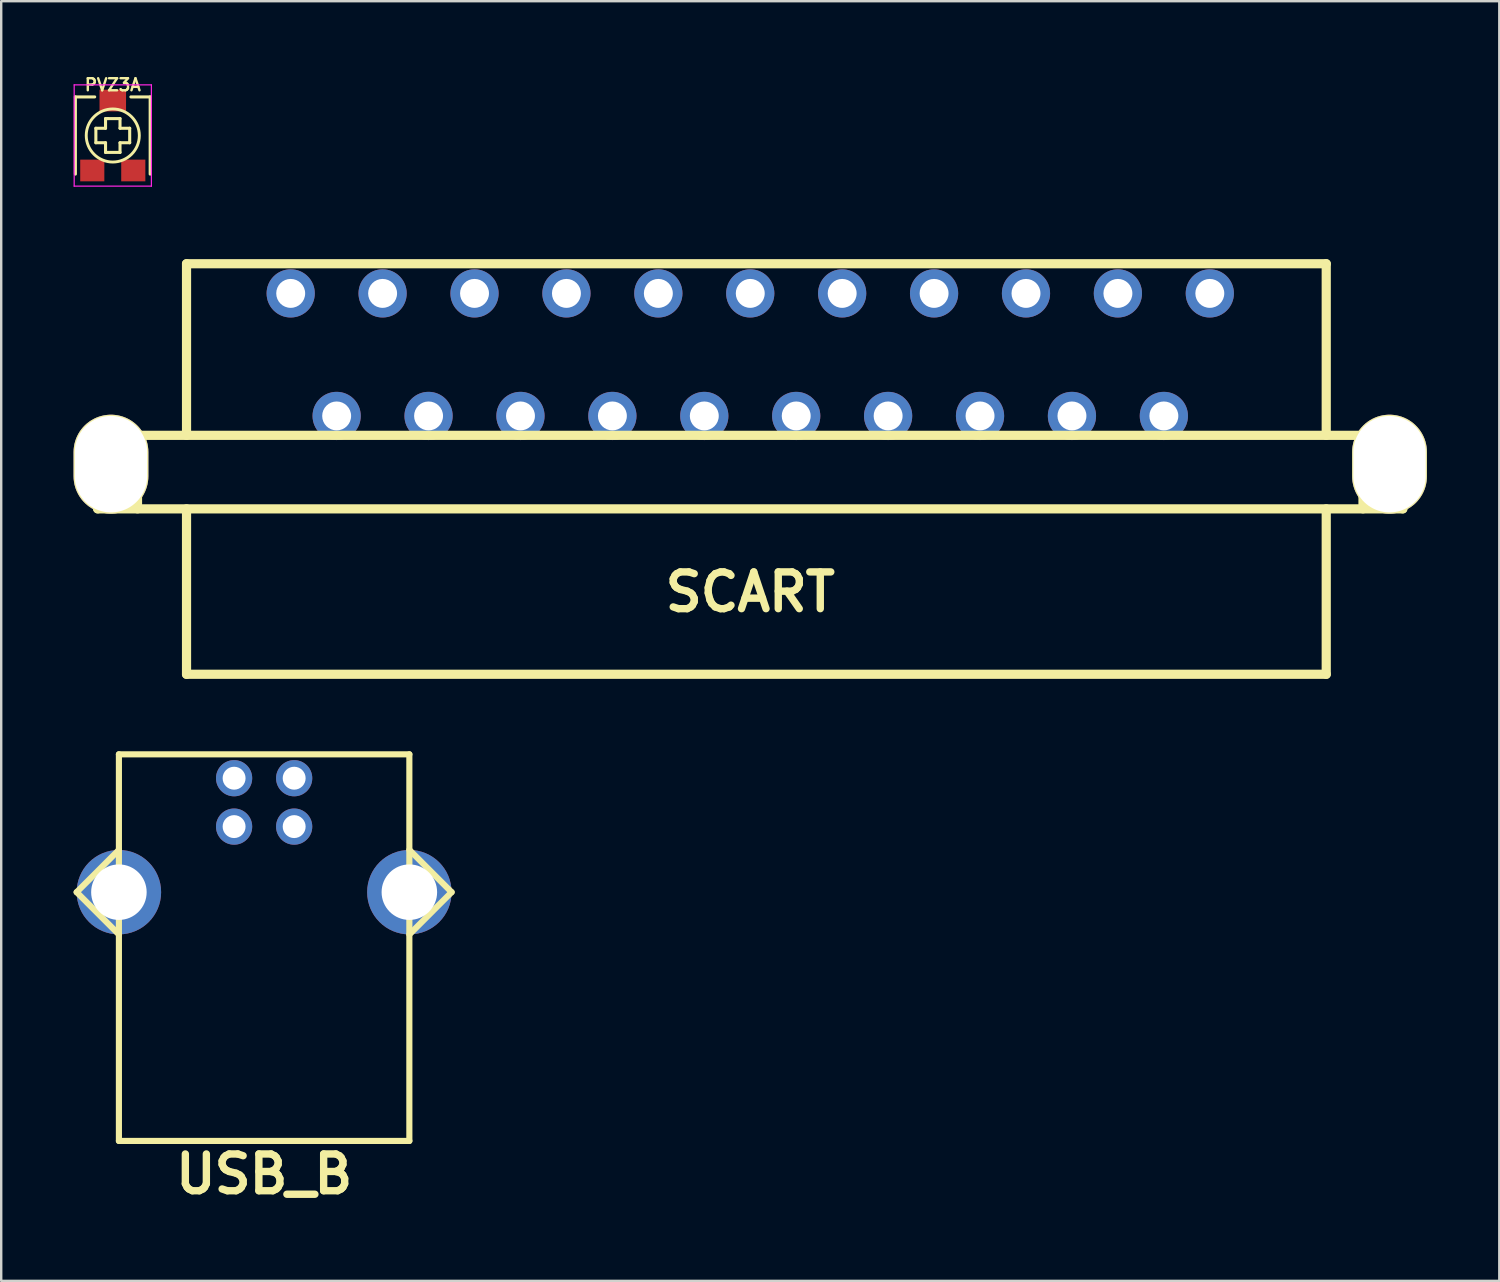
<source format=kicad_pcb>
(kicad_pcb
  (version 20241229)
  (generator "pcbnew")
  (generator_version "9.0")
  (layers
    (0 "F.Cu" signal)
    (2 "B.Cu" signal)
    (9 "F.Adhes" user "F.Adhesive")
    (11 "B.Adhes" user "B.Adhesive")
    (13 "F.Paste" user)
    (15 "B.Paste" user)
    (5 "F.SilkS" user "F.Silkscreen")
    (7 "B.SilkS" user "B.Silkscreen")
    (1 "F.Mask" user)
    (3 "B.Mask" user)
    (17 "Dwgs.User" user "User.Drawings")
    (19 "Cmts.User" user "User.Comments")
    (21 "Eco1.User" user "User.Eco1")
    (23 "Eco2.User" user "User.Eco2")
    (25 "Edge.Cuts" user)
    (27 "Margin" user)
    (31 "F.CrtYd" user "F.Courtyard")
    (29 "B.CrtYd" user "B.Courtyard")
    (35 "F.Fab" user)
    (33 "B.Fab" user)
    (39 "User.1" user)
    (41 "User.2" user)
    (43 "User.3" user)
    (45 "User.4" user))
  (footprint "SCART"
    (layer "F.Cu")
    (at 28.05 16.392)
    (property "Reference" "SCART" (at 0 5.1 0) (layer "F.SilkS") (effects (font (size 1.524 1.524) (thickness 0.305))))
    (attr through_hole)
    (fp_line (start -27.051 -1.397) (end -27.051 1.651) (stroke (width 0.381) (type solid)) (layer "F.SilkS"))
    (fp_line (start -27.051 -1.397) (end 27.051 -1.397) (stroke (width 0.381) (type solid)) (layer "F.SilkS"))
    (fp_line (start -25.4 -1.397) (end -25.4 1.651) (stroke (width 0.381) (type solid)) (layer "F.SilkS"))
    (fp_line (start -23.368 -8.509) (end 23.876 -8.509) (stroke (width 0.381) (type solid)) (layer "F.SilkS"))
    (fp_line (start -23.368 -1.397) (end -23.368 -8.509) (stroke (width 0.381) (type solid)) (layer "F.SilkS"))
    (fp_line (start -23.368 8.509) (end -23.368 1.651) (stroke (width 0.381) (type solid)) (layer "F.SilkS"))
    (fp_line (start -23.368 8.509) (end 23.876 8.509) (stroke (width 0.381) (type solid)) (layer "F.SilkS"))
    (fp_line (start 23.876 -8.509) (end 23.876 -1.397) (stroke (width 0.381) (type solid)) (layer "F.SilkS"))
    (fp_line (start 23.876 8.509) (end 23.876 1.651) (stroke (width 0.381) (type solid)) (layer "F.SilkS"))
    (fp_line (start 25.4 -1.397) (end 25.4 1.651) (stroke (width 0.381) (type solid)) (layer "F.SilkS"))
    (fp_line (start 27.051 -1.397) (end 27.051 1.651) (stroke (width 0.381) (type solid)) (layer "F.SilkS"))
    (fp_line (start 27.051 1.651) (end -27.051 1.651) (stroke (width 0.381) (type solid)) (layer "F.SilkS"))
    (pad "" np_thru_hole oval (at -26.5 -0.201) (size 3.1 4.1) (drill oval 3 4) (layers "*.Cu" "*.Mask" "F.SilkS"))
    (pad "" np_thru_hole oval (at 26.5 -0.201) (size 3.1 4.1) (drill oval 3 4) (layers "*.Cu" "*.Mask" "F.SilkS"))
    (pad "1" thru_hole circle (at 19.05 -7.28) (size 1.999 1.999) (drill 1.199) (layers "*.Cu" "*.Mask"))
    (pad "2" thru_hole circle (at 17.145 -2.2) (size 1.999 1.999) (drill 1.199) (layers "*.Cu" "*.Mask"))
    (pad "3" thru_hole circle (at 15.24 -7.28) (size 1.999 1.999) (drill 1.199) (layers "*.Cu" "*.Mask"))
    (pad "4" thru_hole circle (at 13.335 -2.2) (size 1.999 1.999) (drill 1.199) (layers "*.Cu" "*.Mask"))
    (pad "5" thru_hole circle (at 11.43 -7.28) (size 1.999 1.999) (drill 1.199) (layers "*.Cu" "*.Mask"))
    (pad "6" thru_hole circle (at 9.525 -2.2) (size 1.999 1.999) (drill 1.199) (layers "*.Cu" "*.Mask"))
    (pad "7" thru_hole circle (at 7.62 -7.28) (size 1.999 1.999) (drill 1.199) (layers "*.Cu" "*.Mask"))
    (pad "8" thru_hole circle (at 5.715 -2.2) (size 1.999 1.999) (drill 1.199) (layers "*.Cu" "*.Mask"))
    (pad "9" thru_hole circle (at 3.81 -7.28) (size 1.999 1.999) (drill 1.199) (layers "*.Cu" "*.Mask"))
    (pad "10" thru_hole circle (at 1.905 -2.2) (size 1.999 1.999) (drill 1.199) (layers "*.Cu" "*.Mask"))
    (pad "11" thru_hole circle (at 0 -7.28) (size 1.999 1.999) (drill 1.199) (layers "*.Cu" "*.Mask"))
    (pad "12" thru_hole circle (at -1.905 -2.2) (size 1.999 1.999) (drill 1.199) (layers "*.Cu" "*.Mask"))
    (pad "13" thru_hole circle (at -3.81 -7.28) (size 1.999 1.999) (drill 1.199) (layers "*.Cu" "*.Mask"))
    (pad "14" thru_hole circle (at -5.715 -2.2) (size 1.999 1.999) (drill 1.199) (layers "*.Cu" "*.Mask"))
    (pad "15" thru_hole circle (at -7.62 -7.28) (size 1.999 1.999) (drill 1.199) (layers "*.Cu" "*.Mask"))
    (pad "16" thru_hole circle (at -9.525 -2.2) (size 1.999 1.999) (drill 1.199) (layers "*.Cu" "*.Mask"))
    (pad "17" thru_hole circle (at -11.43 -7.28) (size 1.999 1.999) (drill 1.199) (layers "*.Cu" "*.Mask"))
    (pad "18" thru_hole circle (at -13.335 -2.2) (size 1.999 1.999) (drill 1.199) (layers "*.Cu" "*.Mask"))
    (pad "19" thru_hole circle (at -15.24 -7.28) (size 1.999 1.999) (drill 1.199) (layers "*.Cu" "*.Mask"))
    (pad "20" thru_hole circle (at -17.145 -2.2) (size 1.999 1.999) (drill 1.199) (layers "*.Cu" "*.Mask"))
    (pad "21" thru_hole circle (at -19.05 -7.28) (size 1.999 1.999) (drill 1.199) (layers "*.Cu" "*.Mask")))
  (footprint "PVZ3A"
    (layer "F.Cu")
    (at 1.625 2.567)
    (property "Reference" "PVZ3A" (at 0 -2.101 0) (layer "F.SilkS") (effects (font (size 0.5 0.5) (thickness 0.099))))
    (attr through_hole)
    (fp_line (start -1.55 -1.6) (end -1.55 1.6) (stroke (width 0.127) (type solid)) (layer "F.SilkS"))
    (fp_line (start -1.55 -1.6) (end -0.75 -1.6) (stroke (width 0.127) (type solid)) (layer "F.SilkS"))
    (fp_line (start -0.701 -0.3) (end -0.701 0.3) (stroke (width 0.127) (type solid)) (layer "F.SilkS"))
    (fp_line (start -0.701 0.3) (end -0.3 0.3) (stroke (width 0.127) (type solid)) (layer "F.SilkS"))
    (fp_line (start -0.3 -0.701) (end -0.3 -0.3) (stroke (width 0.127) (type solid)) (layer "F.SilkS"))
    (fp_line (start -0.3 -0.3) (end -0.701 -0.3) (stroke (width 0.127) (type solid)) (layer "F.SilkS"))
    (fp_line (start -0.3 0.3) (end -0.3 0.701) (stroke (width 0.127) (type solid)) (layer "F.SilkS"))
    (fp_line (start -0.3 0.701) (end 0.3 0.701) (stroke (width 0.127) (type solid)) (layer "F.SilkS"))
    (fp_line (start -0.201 -0.701) (end -0.3 -0.701) (stroke (width 0.127) (type solid)) (layer "F.SilkS"))
    (fp_line (start 0.3 -0.701) (end -0.201 -0.701) (stroke (width 0.127) (type solid)) (layer "F.SilkS"))
    (fp_line (start 0.3 -0.3) (end 0.3 -0.701) (stroke (width 0.127) (type solid)) (layer "F.SilkS"))
    (fp_line (start 0.3 0.3) (end 0.701 0.3) (stroke (width 0.127) (type solid)) (layer "F.SilkS"))
    (fp_line (start 0.3 0.701) (end 0.3 0.3) (stroke (width 0.127) (type solid)) (layer "F.SilkS"))
    (fp_line (start 0.701 -0.3) (end 0.3 -0.3) (stroke (width 0.127) (type solid)) (layer "F.SilkS"))
    (fp_line (start 0.701 0.3) (end 0.701 -0.3) (stroke (width 0.127) (type solid)) (layer "F.SilkS"))
    (fp_line (start 1.55 -1.6) (end 0.75 -1.6) (stroke (width 0.127) (type solid)) (layer "F.SilkS"))
    (fp_line (start 1.55 -1.6) (end 1.55 1.6) (stroke (width 0.127) (type solid)) (layer "F.SilkS"))
    (fp_circle (center 0 0) (end 1.1 0) (stroke (width 0.12) (type solid)) (fill no) (layer "F.SilkS"))
    (fp_line (start -1.6 -2.1) (end -1.6 2.1) (stroke (width 0.05) (type solid)) (layer "F.CrtYd"))
    (fp_line (start -1.6 2.1) (end 1.6 2.1) (stroke (width 0.05) (type solid)) (layer "F.CrtYd"))
    (fp_line (start 1.6 -2.1) (end -1.6 -2.1) (stroke (width 0.05) (type solid)) (layer "F.CrtYd"))
    (fp_line (start 1.6 2.1) (end 1.6 -2.1) (stroke (width 0.05) (type solid)) (layer "F.CrtYd"))
    (pad "1" smd rect (at -0.85 1.45) (size 1 0.9) (layers "F.Cu" "F.Mask" "F.Paste"))
    (pad "2" smd rect (at 0 -1.45) (size 1.1 0.9) (layers "F.Cu" "F.Mask" "F.Paste"))
    (pad "3" smd rect (at 0.85 1.45) (size 1 0.9) (layers "F.Cu" "F.Mask" "F.Paste")))
  (footprint "USB_B"
    (layer "F.Cu")
    (at 7.899 36.219)
    (property "Reference" "USB_B" (at 0 9.401 0) (layer "F.SilkS") (effects (font (size 1.524 1.524) (thickness 0.305))))
    (attr through_hole)
    (fp_line (start -7.772 -2.286) (end -6.02 -0.533) (stroke (width 0.254) (type solid)) (layer "F.SilkS"))
    (fp_line (start -6.02 -8.001) (end -6.02 -2.286) (stroke (width 0.254) (type solid)) (layer "F.SilkS"))
    (fp_line (start -6.02 -4.039) (end -7.772 -2.286) (stroke (width 0.254) (type solid)) (layer "F.SilkS"))
    (fp_line (start -6.02 -2.286) (end -6.02 8.026) (stroke (width 0.254) (type solid)) (layer "F.SilkS"))
    (fp_line (start -6.02 8.026) (end 6.02 8.026) (stroke (width 0.254) (type solid)) (layer "F.SilkS"))
    (fp_line (start 6.02 -8.001) (end -6.02 -8.001) (stroke (width 0.254) (type solid)) (layer "F.SilkS"))
    (fp_line (start 6.02 -4.039) (end 7.772 -2.286) (stroke (width 0.254) (type solid)) (layer "F.SilkS"))
    (fp_line (start 6.02 -2.286) (end 6.02 -8.001) (stroke (width 0.254) (type solid)) (layer "F.SilkS"))
    (fp_line (start 6.02 8.026) (end 6.02 -2.286) (stroke (width 0.254) (type solid)) (layer "F.SilkS"))
    (fp_line (start 7.772 -2.286) (end 6.02 -0.533) (stroke (width 0.254) (type solid)) (layer "F.SilkS"))
    (pad "" thru_hole circle (at -6.02 -2.286) (size 3.5 3.5) (drill 2.301) (layers "*.Cu" "*.Mask"))
    (pad "" thru_hole circle (at 6.02 -2.286) (size 3.5 3.5) (drill 2.301) (layers "*.Cu" "*.Mask"))
    (pad "1" thru_hole circle (at 1.245 -7.01) (size 1.501 1.501) (drill 0.95) (layers "*.Cu" "*.Mask"))
    (pad "2" thru_hole circle (at -1.245 -7.01) (size 1.501 1.501) (drill 0.95) (layers "*.Cu" "*.Mask"))
    (pad "3" thru_hole circle (at -1.245 -5.004) (size 1.501 1.501) (drill 0.95) (layers "*.Cu" "*.Mask"))
    (pad "4" thru_hole circle (at 1.245 -5.004) (size 1.501 1.501) (drill 0.95) (layers "*.Cu" "*.Mask")))
  (gr_rect
    (start -3 -3)
    (end 59.1 50.046)
    (stroke (width 0.1) (type default))
    (fill no)
    (layer "Edge.Cuts")))
</source>
